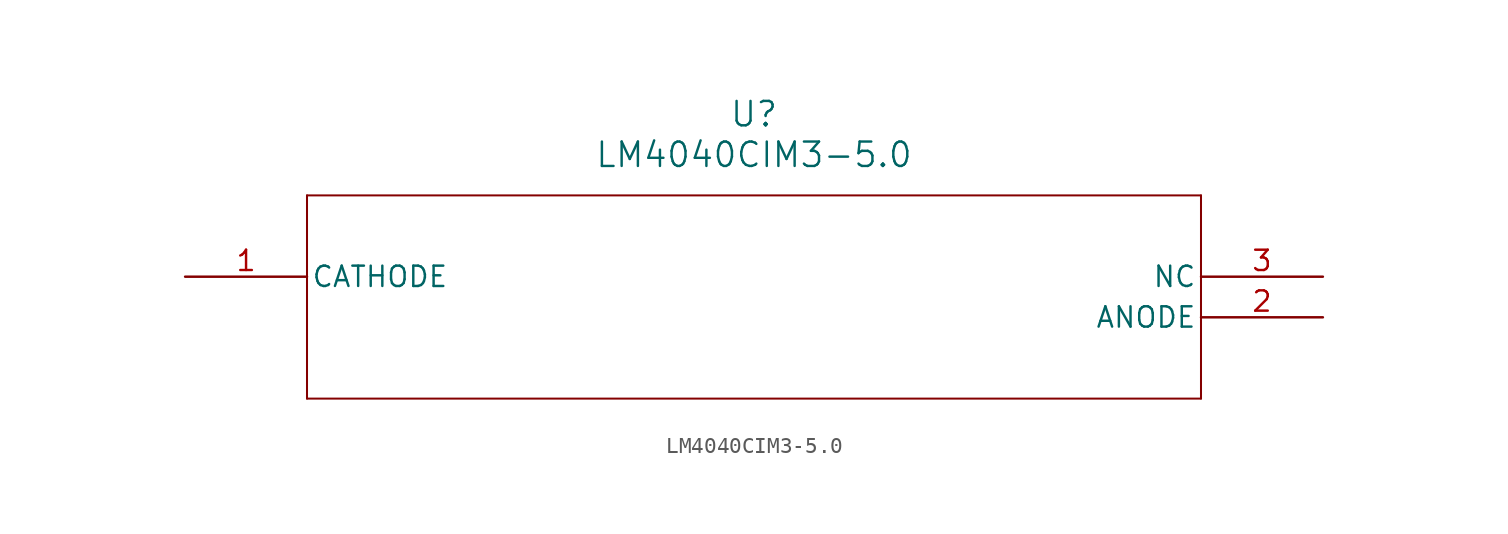
<source format=kicad_sym>
(kicad_symbol_lib
  (version 20211014)
  (generator kicad_symbol_editor)
  (symbol "LM4040CIM3-5.0"
    (pin_names
      (offset 0.254))
    (property "Reference" "U"
      (at 35.56 10.16 0)
      (effects (font (size 1.524 1.524))))
    (property "Value" "LM4040CIM3-5.0"
      (at 35.56 7.62 0)
      (effects (font (size 1.524 1.524))))
    (symbol "LM4040CIM3-5.0_0_1"
      (polyline (pts (xy 7.62 5.08) (xy 7.62 -7.62)) (stroke (width 0.127) (type default) (color 0 0 0 0)) (fill (type none)))
      (polyline (pts (xy 7.62 -7.62) (xy 63.5 -7.62)) (stroke (width 0.127) (type default) (color 0 0 0 0)) (fill (type none)))
      (polyline (pts (xy 63.5 -7.62) (xy 63.5 5.08)) (stroke (width 0.127) (type default) (color 0 0 0 0)) (fill (type none)))
      (polyline (pts (xy 63.5 5.08) (xy 7.62 5.08)) (stroke (width 0.127) (type default) (color 0 0 0 0)) (fill (type none)))
      (pin unspecified line (at 0 0 0) (length 7.62) (name "CATHODE" (effects (font (size 1.27 1.27)))) (number "1" (effects (font (size 1.27 1.27)))))
      (pin unspecified line (at 71.12 -2.54 180) (length 7.62) (name "ANODE" (effects (font (size 1.27 1.27)))) (number "2" (effects (font (size 1.27 1.27)))))
      (pin unspecified line (at 71.12 0 180) (length 7.62) (name "NC" (effects (font (size 1.27 1.27)))) (number "3" (effects (font (size 1.27 1.27))))))))
</source>
